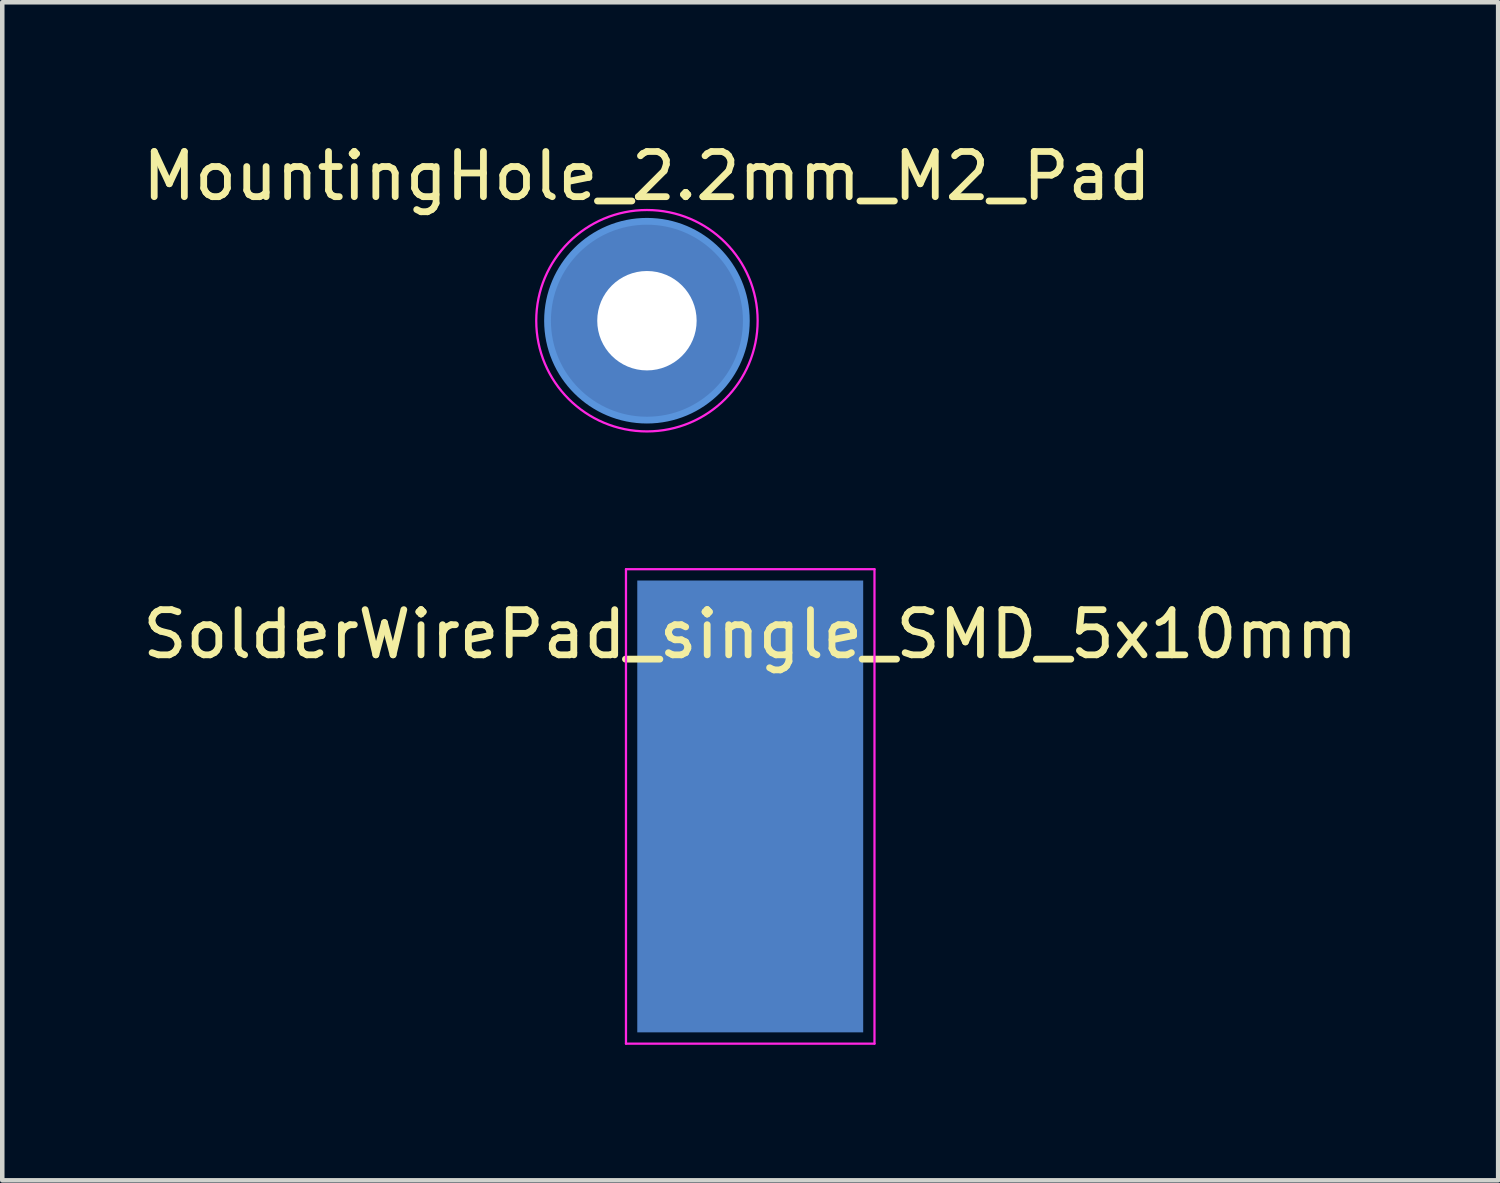
<source format=kicad_pcb>
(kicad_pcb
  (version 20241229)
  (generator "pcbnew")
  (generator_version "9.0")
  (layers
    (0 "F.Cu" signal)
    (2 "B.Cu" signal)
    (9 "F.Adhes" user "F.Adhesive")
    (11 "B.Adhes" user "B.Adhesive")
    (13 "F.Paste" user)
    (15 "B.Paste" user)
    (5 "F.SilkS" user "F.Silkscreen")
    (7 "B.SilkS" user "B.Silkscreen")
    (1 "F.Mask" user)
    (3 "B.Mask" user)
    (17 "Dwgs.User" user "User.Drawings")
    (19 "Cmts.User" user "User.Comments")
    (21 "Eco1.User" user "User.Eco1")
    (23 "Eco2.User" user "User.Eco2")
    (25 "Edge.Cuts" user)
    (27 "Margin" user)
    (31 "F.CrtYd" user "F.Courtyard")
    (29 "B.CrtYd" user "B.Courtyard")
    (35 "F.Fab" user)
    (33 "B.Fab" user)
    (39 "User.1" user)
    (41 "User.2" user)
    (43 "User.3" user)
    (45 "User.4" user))
  (footprint "SolderWirePad_single_SMD_5x10mm"
    (layer "F.Cu")
    (at 13.554 14.798)
    (property "Reference" "SolderWirePad_single_SMD_5x10mm" (at 0 -3.81 0) (layer "F.SilkS") (effects (font (size 1 1) (thickness 0.15))))
    (attr smd)
    (fp_line (start -2.75 -5.25) (end -2.75 5.25) (stroke (width 0.05) (type solid)) (layer "F.CrtYd"))
    (fp_line (start -2.75 5.25) (end 2.75 5.25) (stroke (width 0.05) (type solid)) (layer "F.CrtYd"))
    (fp_line (start 2.75 -5.25) (end -2.75 -5.25) (stroke (width 0.05) (type solid)) (layer "F.CrtYd"))
    (fp_line (start 2.75 5.25) (end 2.75 -5.25) (stroke (width 0.05) (type solid)) (layer "F.CrtYd"))
    (pad "1" smd rect (at 0 0) (size 5 10) (layers "F.Mask" "B.Cu" "F.Paste")))
  (footprint "MountingHole_2.2mm_M2_Pad"
    (layer "F.Cu")
    (at 11.268 4.048)
    (property "Reference" "MountingHole_2.2mm_M2_Pad" (at 0 -3.2 0) (layer "F.SilkS") (effects (font (size 1 1) (thickness 0.15))))
    (attr through_hole)
    (fp_circle (center 0 0) (end 2.2 0) (stroke (width 0.15) (type solid)) (fill no) (layer "Cmts.User"))
    (fp_circle (center 0 0) (end 2.45 0) (stroke (width 0.05) (type solid)) (fill no) (layer "F.CrtYd"))
    (pad "1" thru_hole circle (at 0 0) (size 4.4 4.4) (drill 2.2) (layers "*.Cu" "*.Mask")))
  (gr_rect
    (start -3 -3)
    (end 30.107 23.073)
    (stroke (width 0.1) (type default))
    (fill no)
    (layer "Edge.Cuts")))
</source>
